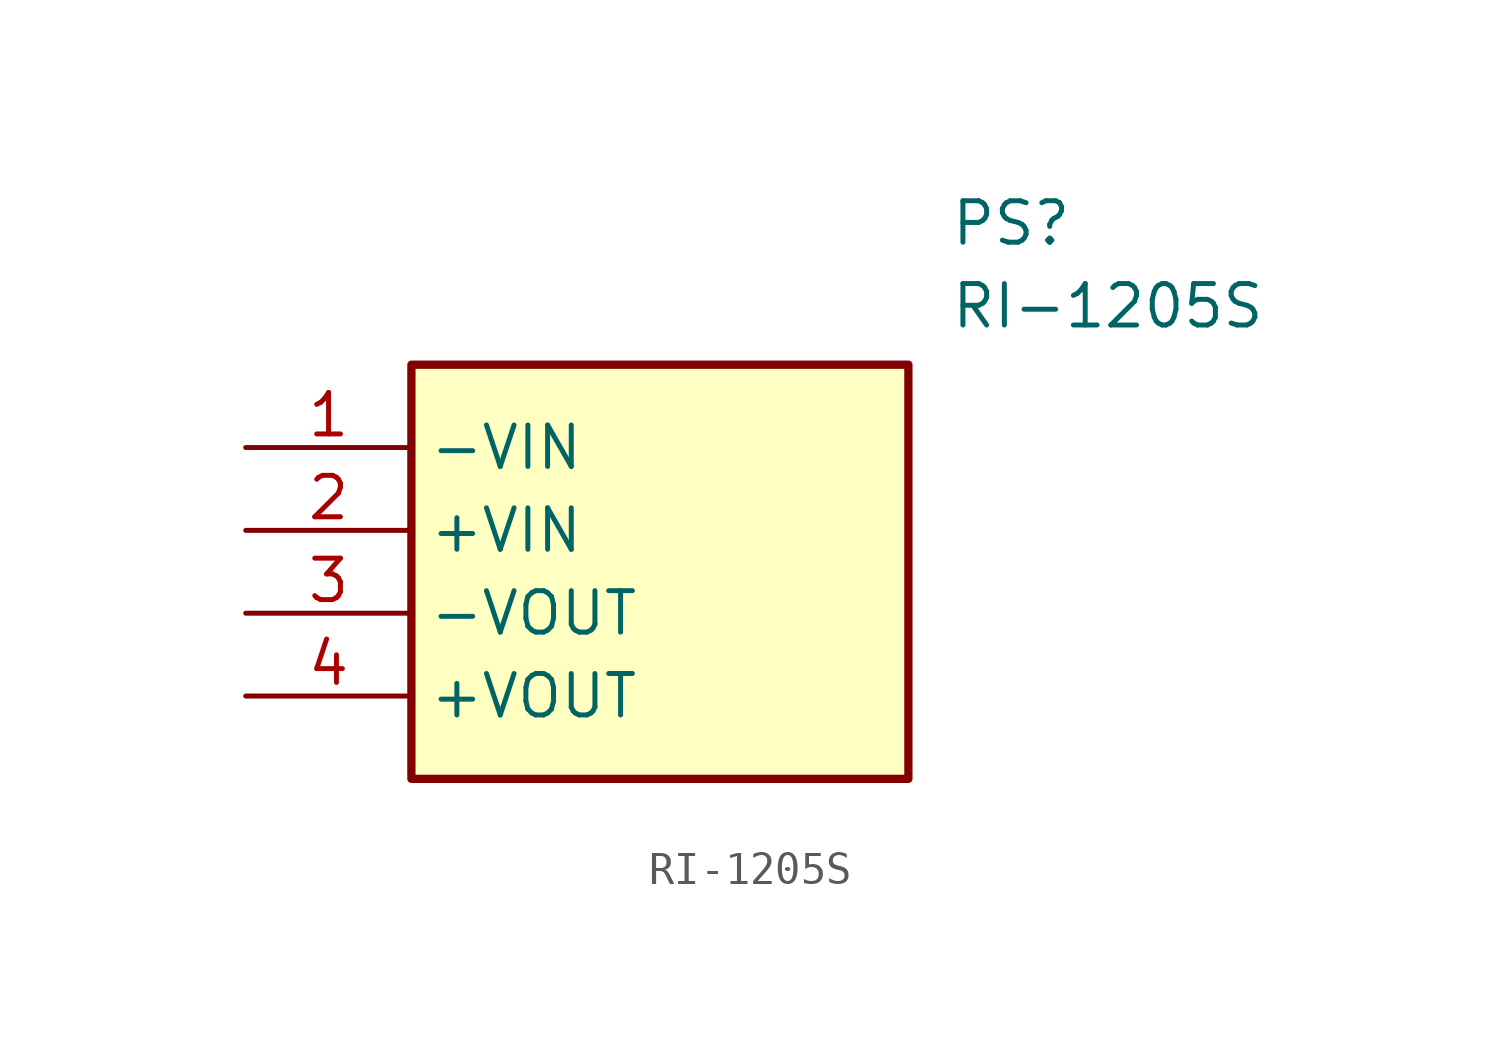
<source format=kicad_sym>
(kicad_symbol_lib
  (version 20241209)
  (generator "kicad_symbol_editor")
  (generator_version "9.0")
  (symbol "RI-1205S"
    (property "Reference" "PS"
      (at 21.59 7.62 0)
      (effects (font (size 1.27 1.27)) (justify left top)))
    (property "Value" "RI-1205S"
      (at 21.59 5.08 0)
      (effects (font (size 1.27 1.27)) (justify left top)))
    (symbol "RI-1205S_1_1"
      (rectangle (start 5.08 2.54) (end 20.32 -10.16) (stroke (width 0.254) (type default)) (fill (type background)))
      (pin passive line (at 0 0 0) (length 5.08) (name "-VIN" (effects (font (size 1.27 1.27)))) (number "1" (effects (font (size 1.27 1.27)))))
      (pin passive line (at 0 -2.54 0) (length 5.08) (name "+VIN" (effects (font (size 1.27 1.27)))) (number "2" (effects (font (size 1.27 1.27)))))
      (pin passive line (at 0 -5.08 0) (length 5.08) (name "-VOUT" (effects (font (size 1.27 1.27)))) (number "3" (effects (font (size 1.27 1.27)))))
      (pin passive line (at 0 -7.62 0) (length 5.08) (name "+VOUT" (effects (font (size 1.27 1.27)))) (number "4" (effects (font (size 1.27 1.27))))))))
</source>
